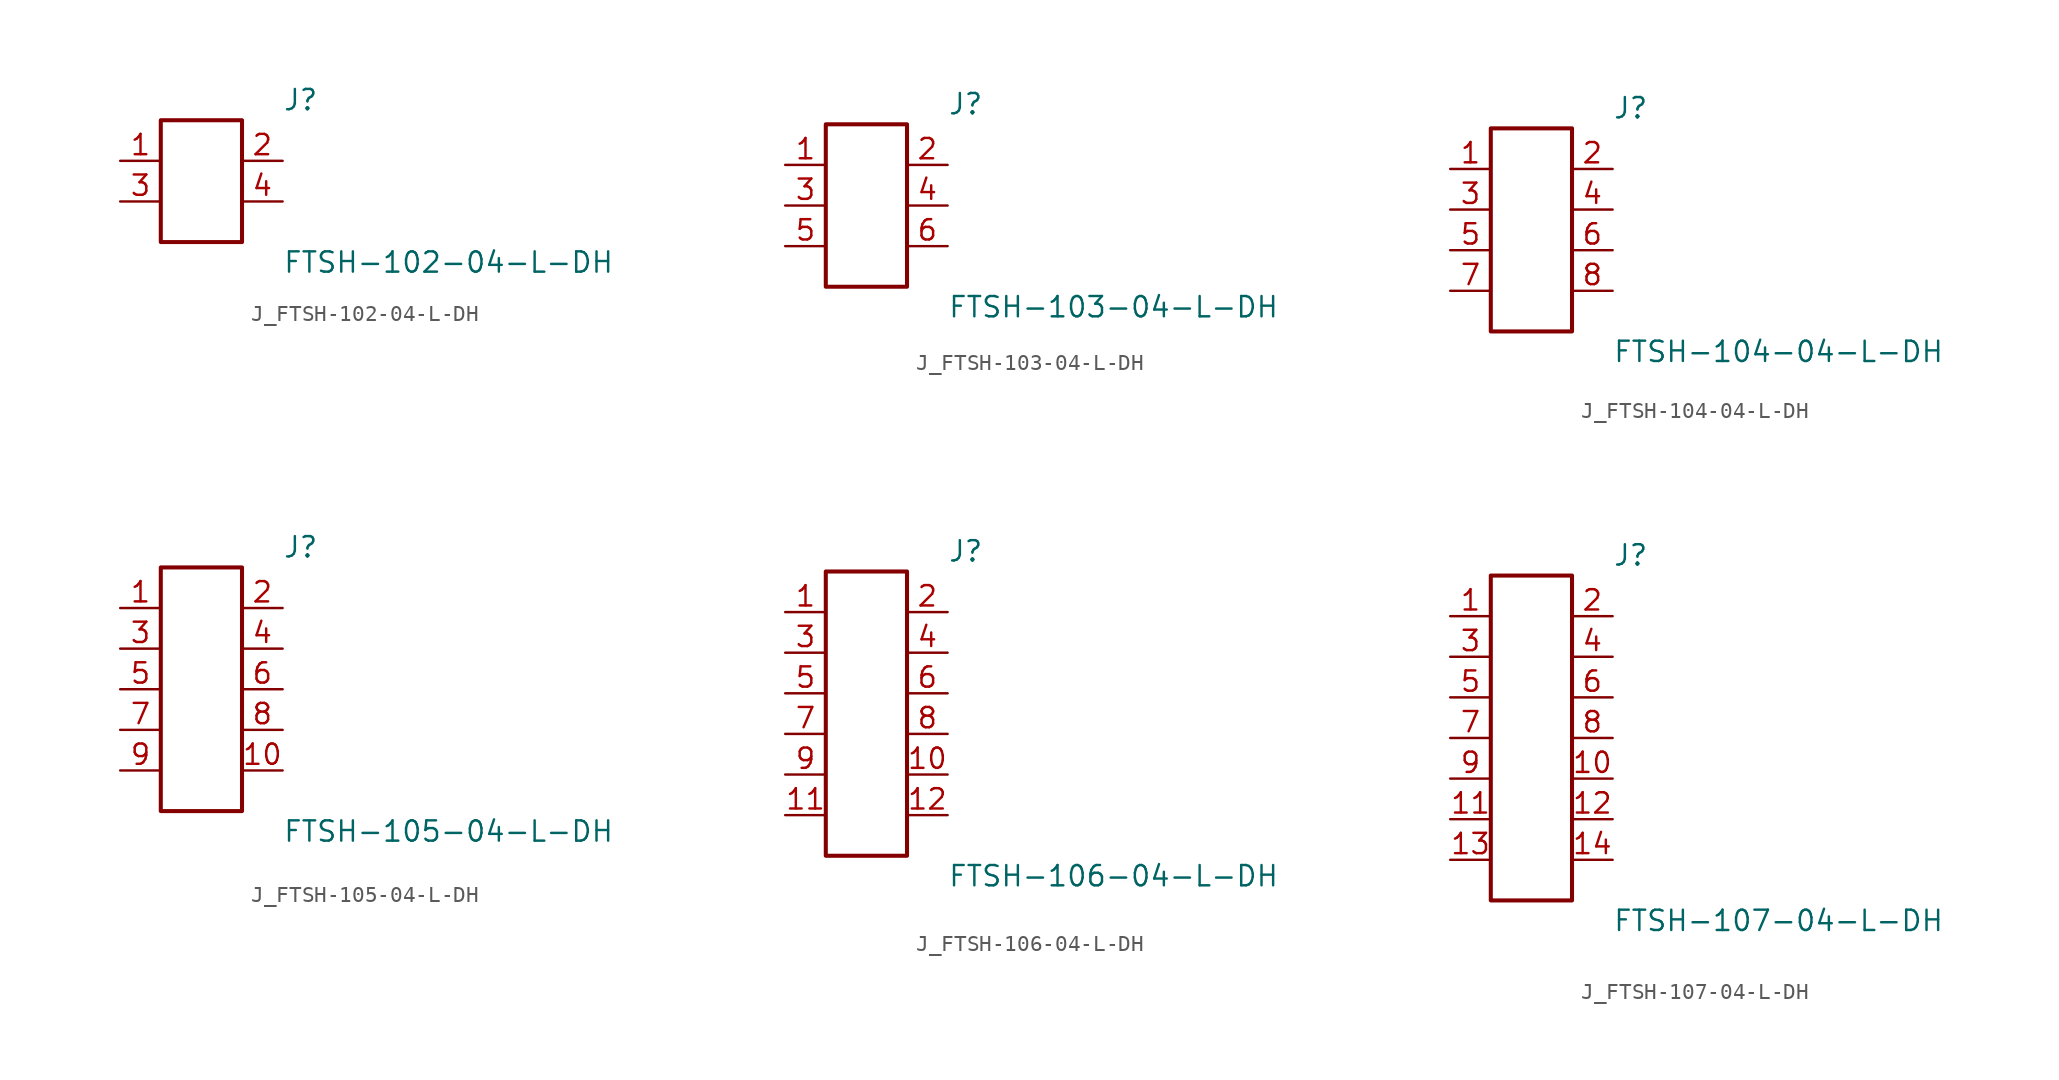
<source format=kicad_sym>
(kicad_symbol_lib
  (version 20231120)
  (generator kicad_symbol_editor)
  (generator_version 8.0)
  (symbol "J_FTSH-102-04-L-DH"
    (pin_names
      (offset 0.254))
    (property "Reference" "J"
      (at 5.08 5.08 0)
      (effects (font (size 1.27 1.27)) (justify left)))
    (property "Value" "FTSH-102-04-L-DH"
      (at 5.08 -5.08 0)
      (effects (font (size 1.27 1.27)) (justify left)))
    (symbol "J_FTSH-102-04-L-DH_0_0"
      (pin unspecified line (at -5.08 1.27 0) (length 2.54) (name "" (effects (font (size 1.27 1.27)))) (number "1" (effects (font (size 1.27 1.27)))))
      (pin unspecified line (at 5.08 1.27 180) (length 2.54) (name "" (effects (font (size 1.27 1.27)))) (number "2" (effects (font (size 1.27 1.27)))))
      (pin unspecified line (at -5.08 -1.27 0) (length 2.54) (name "" (effects (font (size 1.27 1.27)))) (number "3" (effects (font (size 1.27 1.27)))))
      (pin unspecified line (at 5.08 -1.27 180) (length 2.54) (name "" (effects (font (size 1.27 1.27)))) (number "4" (effects (font (size 1.27 1.27))))))
    (symbol "J_FTSH-102-04-L-DH_1_0"
      (rectangle (start -2.54 3.81) (end 2.54 -3.81) (stroke (width 0.254) (type solid)) (fill (type none)))))
  (symbol "J_FTSH-103-04-L-DH"
    (pin_names
      (offset 0.254))
    (property "Reference" "J"
      (at 5.08 6.35 0)
      (effects (font (size 1.27 1.27)) (justify left)))
    (property "Value" "FTSH-103-04-L-DH"
      (at 5.08 -6.35 0)
      (effects (font (size 1.27 1.27)) (justify left)))
    (symbol "J_FTSH-103-04-L-DH_0_0"
      (pin unspecified line (at -5.08 2.54 0) (length 2.54) (name "" (effects (font (size 1.27 1.27)))) (number "1" (effects (font (size 1.27 1.27)))))
      (pin unspecified line (at 5.08 2.54 180) (length 2.54) (name "" (effects (font (size 1.27 1.27)))) (number "2" (effects (font (size 1.27 1.27)))))
      (pin unspecified line (at -5.08 0.0 0) (length 2.54) (name "" (effects (font (size 1.27 1.27)))) (number "3" (effects (font (size 1.27 1.27)))))
      (pin unspecified line (at 5.08 0.0 180) (length 2.54) (name "" (effects (font (size 1.27 1.27)))) (number "4" (effects (font (size 1.27 1.27)))))
      (pin unspecified line (at -5.08 -2.54 0) (length 2.54) (name "" (effects (font (size 1.27 1.27)))) (number "5" (effects (font (size 1.27 1.27)))))
      (pin unspecified line (at 5.08 -2.54 180) (length 2.54) (name "" (effects (font (size 1.27 1.27)))) (number "6" (effects (font (size 1.27 1.27))))))
    (symbol "J_FTSH-103-04-L-DH_1_0"
      (rectangle (start -2.54 5.08) (end 2.54 -5.08) (stroke (width 0.254) (type solid)) (fill (type none)))))
  (symbol "J_FTSH-104-04-L-DH"
    (pin_names
      (offset 0.254))
    (property "Reference" "J"
      (at 5.08 7.62 0)
      (effects (font (size 1.27 1.27)) (justify left)))
    (property "Value" "FTSH-104-04-L-DH"
      (at 5.08 -7.62 0)
      (effects (font (size 1.27 1.27)) (justify left)))
    (symbol "J_FTSH-104-04-L-DH_0_0"
      (pin unspecified line (at -5.08 3.81 0) (length 2.54) (name "" (effects (font (size 1.27 1.27)))) (number "1" (effects (font (size 1.27 1.27)))))
      (pin unspecified line (at 5.08 3.81 180) (length 2.54) (name "" (effects (font (size 1.27 1.27)))) (number "2" (effects (font (size 1.27 1.27)))))
      (pin unspecified line (at -5.08 1.27 0) (length 2.54) (name "" (effects (font (size 1.27 1.27)))) (number "3" (effects (font (size 1.27 1.27)))))
      (pin unspecified line (at 5.08 1.27 180) (length 2.54) (name "" (effects (font (size 1.27 1.27)))) (number "4" (effects (font (size 1.27 1.27)))))
      (pin unspecified line (at -5.08 -1.27 0) (length 2.54) (name "" (effects (font (size 1.27 1.27)))) (number "5" (effects (font (size 1.27 1.27)))))
      (pin unspecified line (at 5.08 -1.27 180) (length 2.54) (name "" (effects (font (size 1.27 1.27)))) (number "6" (effects (font (size 1.27 1.27)))))
      (pin unspecified line (at -5.08 -3.81 0) (length 2.54) (name "" (effects (font (size 1.27 1.27)))) (number "7" (effects (font (size 1.27 1.27)))))
      (pin unspecified line (at 5.08 -3.81 180) (length 2.54) (name "" (effects (font (size 1.27 1.27)))) (number "8" (effects (font (size 1.27 1.27))))))
    (symbol "J_FTSH-104-04-L-DH_1_0"
      (rectangle (start -2.54 6.35) (end 2.54 -6.35) (stroke (width 0.254) (type solid)) (fill (type none)))))
  (symbol "J_FTSH-105-04-L-DH"
    (pin_names
      (offset 0.254))
    (property "Reference" "J"
      (at 5.08 8.89 0)
      (effects (font (size 1.27 1.27)) (justify left)))
    (property "Value" "FTSH-105-04-L-DH"
      (at 5.08 -8.89 0)
      (effects (font (size 1.27 1.27)) (justify left)))
    (symbol "J_FTSH-105-04-L-DH_0_0"
      (pin unspecified line (at -5.08 5.08 0) (length 2.54) (name "" (effects (font (size 1.27 1.27)))) (number "1" (effects (font (size 1.27 1.27)))))
      (pin unspecified line (at 5.08 5.08 180) (length 2.54) (name "" (effects (font (size 1.27 1.27)))) (number "2" (effects (font (size 1.27 1.27)))))
      (pin unspecified line (at -5.08 2.54 0) (length 2.54) (name "" (effects (font (size 1.27 1.27)))) (number "3" (effects (font (size 1.27 1.27)))))
      (pin unspecified line (at 5.08 2.54 180) (length 2.54) (name "" (effects (font (size 1.27 1.27)))) (number "4" (effects (font (size 1.27 1.27)))))
      (pin unspecified line (at -5.08 0.0 0) (length 2.54) (name "" (effects (font (size 1.27 1.27)))) (number "5" (effects (font (size 1.27 1.27)))))
      (pin unspecified line (at 5.08 0.0 180) (length 2.54) (name "" (effects (font (size 1.27 1.27)))) (number "6" (effects (font (size 1.27 1.27)))))
      (pin unspecified line (at -5.08 -2.54 0) (length 2.54) (name "" (effects (font (size 1.27 1.27)))) (number "7" (effects (font (size 1.27 1.27)))))
      (pin unspecified line (at 5.08 -2.54 180) (length 2.54) (name "" (effects (font (size 1.27 1.27)))) (number "8" (effects (font (size 1.27 1.27)))))
      (pin unspecified line (at -5.08 -5.08 0) (length 2.54) (name "" (effects (font (size 1.27 1.27)))) (number "9" (effects (font (size 1.27 1.27)))))
      (pin unspecified line (at 5.08 -5.08 180) (length 2.54) (name "" (effects (font (size 1.27 1.27)))) (number "10" (effects (font (size 1.27 1.27))))))
    (symbol "J_FTSH-105-04-L-DH_1_0"
      (rectangle (start -2.54 7.62) (end 2.54 -7.62) (stroke (width 0.254) (type solid)) (fill (type none)))))
  (symbol "J_FTSH-106-04-L-DH"
    (pin_names
      (offset 0.254))
    (property "Reference" "J"
      (at 5.08 10.16 0)
      (effects (font (size 1.27 1.27)) (justify left)))
    (property "Value" "FTSH-106-04-L-DH"
      (at 5.08 -10.16 0)
      (effects (font (size 1.27 1.27)) (justify left)))
    (symbol "J_FTSH-106-04-L-DH_0_0"
      (pin unspecified line (at -5.08 6.35 0) (length 2.54) (name "" (effects (font (size 1.27 1.27)))) (number "1" (effects (font (size 1.27 1.27)))))
      (pin unspecified line (at 5.08 6.35 180) (length 2.54) (name "" (effects (font (size 1.27 1.27)))) (number "2" (effects (font (size 1.27 1.27)))))
      (pin unspecified line (at -5.08 3.81 0) (length 2.54) (name "" (effects (font (size 1.27 1.27)))) (number "3" (effects (font (size 1.27 1.27)))))
      (pin unspecified line (at 5.08 3.81 180) (length 2.54) (name "" (effects (font (size 1.27 1.27)))) (number "4" (effects (font (size 1.27 1.27)))))
      (pin unspecified line (at -5.08 1.27 0) (length 2.54) (name "" (effects (font (size 1.27 1.27)))) (number "5" (effects (font (size 1.27 1.27)))))
      (pin unspecified line (at 5.08 1.27 180) (length 2.54) (name "" (effects (font (size 1.27 1.27)))) (number "6" (effects (font (size 1.27 1.27)))))
      (pin unspecified line (at -5.08 -1.27 0) (length 2.54) (name "" (effects (font (size 1.27 1.27)))) (number "7" (effects (font (size 1.27 1.27)))))
      (pin unspecified line (at 5.08 -1.27 180) (length 2.54) (name "" (effects (font (size 1.27 1.27)))) (number "8" (effects (font (size 1.27 1.27)))))
      (pin unspecified line (at -5.08 -3.81 0) (length 2.54) (name "" (effects (font (size 1.27 1.27)))) (number "9" (effects (font (size 1.27 1.27)))))
      (pin unspecified line (at 5.08 -3.81 180) (length 2.54) (name "" (effects (font (size 1.27 1.27)))) (number "10" (effects (font (size 1.27 1.27)))))
      (pin unspecified line (at -5.08 -6.35 0) (length 2.54) (name "" (effects (font (size 1.27 1.27)))) (number "11" (effects (font (size 1.27 1.27)))))
      (pin unspecified line (at 5.08 -6.35 180) (length 2.54) (name "" (effects (font (size 1.27 1.27)))) (number "12" (effects (font (size 1.27 1.27))))))
    (symbol "J_FTSH-106-04-L-DH_1_0"
      (rectangle (start -2.54 8.89) (end 2.54 -8.89) (stroke (width 0.254) (type solid)) (fill (type none)))))
  (symbol "J_FTSH-107-04-L-DH"
    (pin_names
      (offset 0.254))
    (property "Reference" "J"
      (at 5.08 11.43 0)
      (effects (font (size 1.27 1.27)) (justify left)))
    (property "Value" "FTSH-107-04-L-DH"
      (at 5.08 -11.43 0)
      (effects (font (size 1.27 1.27)) (justify left)))
    (symbol "J_FTSH-107-04-L-DH_0_0"
      (pin unspecified line (at -5.08 7.62 0) (length 2.54) (name "" (effects (font (size 1.27 1.27)))) (number "1" (effects (font (size 1.27 1.27)))))
      (pin unspecified line (at 5.08 7.62 180) (length 2.54) (name "" (effects (font (size 1.27 1.27)))) (number "2" (effects (font (size 1.27 1.27)))))
      (pin unspecified line (at -5.08 5.08 0) (length 2.54) (name "" (effects (font (size 1.27 1.27)))) (number "3" (effects (font (size 1.27 1.27)))))
      (pin unspecified line (at 5.08 5.08 180) (length 2.54) (name "" (effects (font (size 1.27 1.27)))) (number "4" (effects (font (size 1.27 1.27)))))
      (pin unspecified line (at -5.08 2.54 0) (length 2.54) (name "" (effects (font (size 1.27 1.27)))) (number "5" (effects (font (size 1.27 1.27)))))
      (pin unspecified line (at 5.08 2.54 180) (length 2.54) (name "" (effects (font (size 1.27 1.27)))) (number "6" (effects (font (size 1.27 1.27)))))
      (pin unspecified line (at -5.08 0.0 0) (length 2.54) (name "" (effects (font (size 1.27 1.27)))) (number "7" (effects (font (size 1.27 1.27)))))
      (pin unspecified line (at 5.08 0.0 180) (length 2.54) (name "" (effects (font (size 1.27 1.27)))) (number "8" (effects (font (size 1.27 1.27)))))
      (pin unspecified line (at -5.08 -2.54 0) (length 2.54) (name "" (effects (font (size 1.27 1.27)))) (number "9" (effects (font (size 1.27 1.27)))))
      (pin unspecified line (at 5.08 -2.54 180) (length 2.54) (name "" (effects (font (size 1.27 1.27)))) (number "10" (effects (font (size 1.27 1.27)))))
      (pin unspecified line (at -5.08 -5.08 0) (length 2.54) (name "" (effects (font (size 1.27 1.27)))) (number "11" (effects (font (size 1.27 1.27)))))
      (pin unspecified line (at 5.08 -5.08 180) (length 2.54) (name "" (effects (font (size 1.27 1.27)))) (number "12" (effects (font (size 1.27 1.27)))))
      (pin unspecified line (at -5.08 -7.62 0) (length 2.54) (name "" (effects (font (size 1.27 1.27)))) (number "13" (effects (font (size 1.27 1.27)))))
      (pin unspecified line (at 5.08 -7.62 180) (length 2.54) (name "" (effects (font (size 1.27 1.27)))) (number "14" (effects (font (size 1.27 1.27))))))
    (symbol "J_FTSH-107-04-L-DH_1_0"
      (rectangle (start -2.54 10.16) (end 2.54 -10.16) (stroke (width 0.254) (type solid)) (fill (type none))))))
</source>
